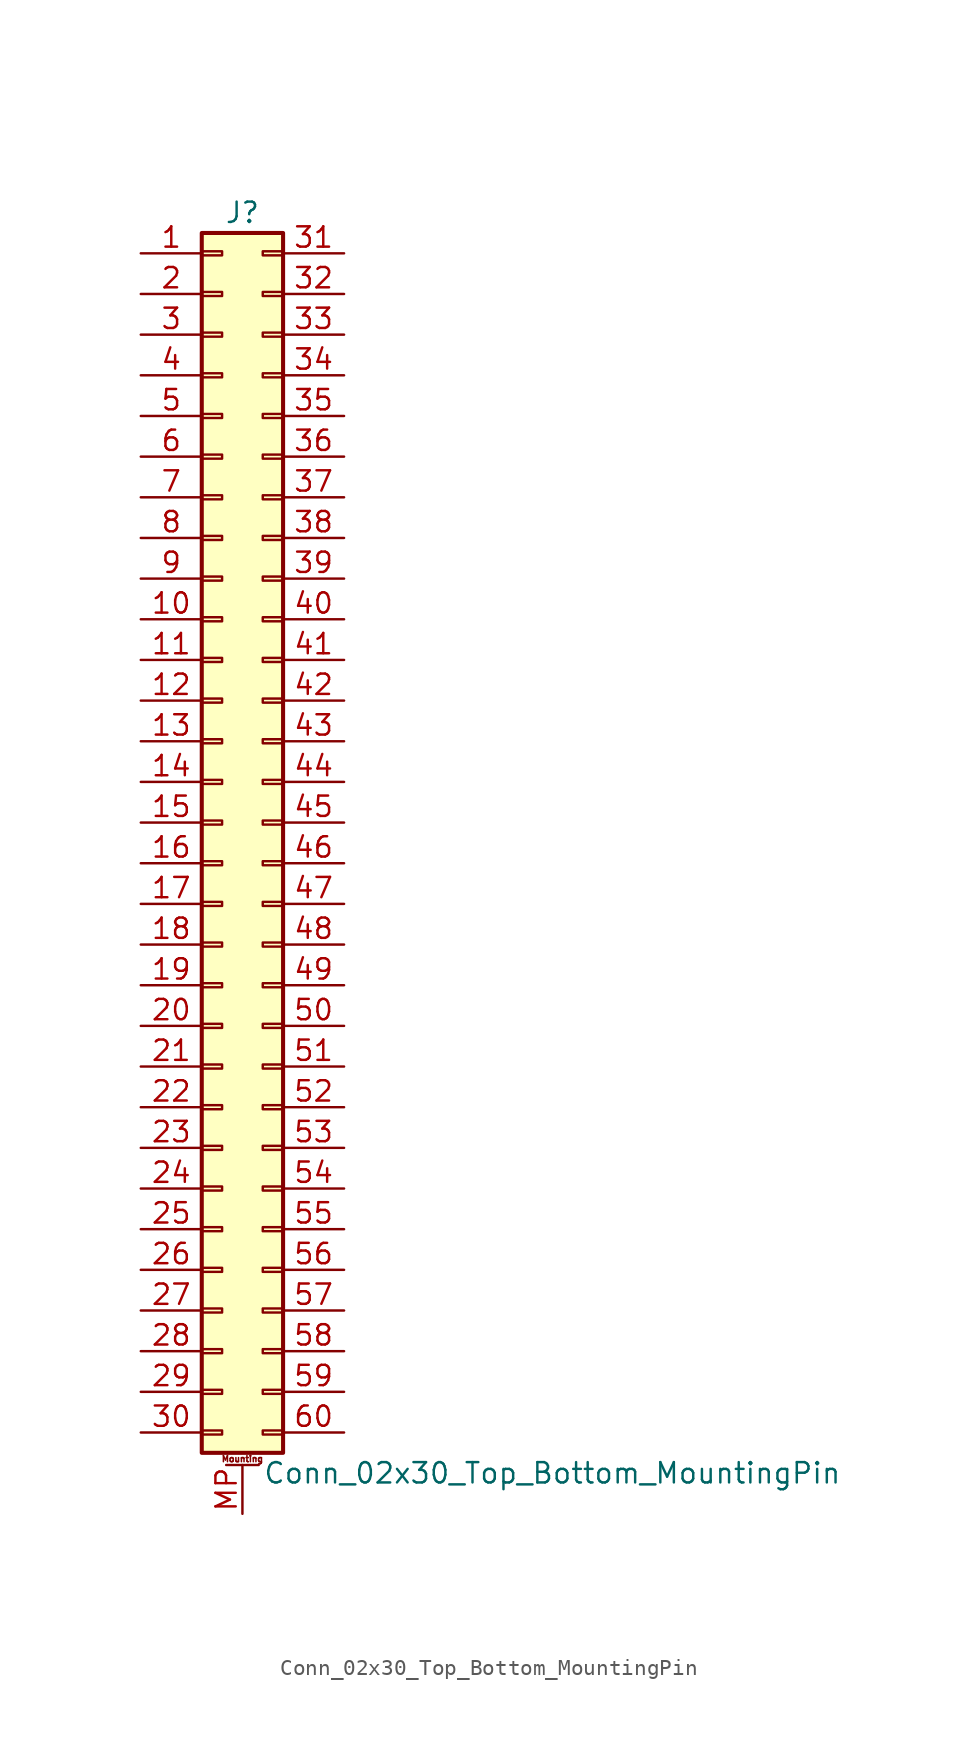
<source format=kicad_sym>
(kicad_symbol_lib
  (version 20220914)
  (generator kicad_symbol_editor)
  (symbol "Conn_02x30_Top_Bottom_MountingPin"
    (pin_names
      (offset 1.016) hide)
    (property "Reference" "J"
      (at 1.27 38.1 0)
      (effects (font (size 1.27 1.27))))
    (property "Value" "Conn_02x30_Top_Bottom_MountingPin"
      (at 2.54 -40.64 0)
      (effects (font (size 1.27 1.27)) (justify left)))
    (symbol "Conn_02x30_Top_Bottom_MountingPin_1_1"
      (rectangle (start -1.27 -37.973) (end 0 -38.227) (stroke (width 0.152) (type default)) (fill (type none)))
      (rectangle (start -1.27 -35.433) (end 0 -35.687) (stroke (width 0.152) (type default)) (fill (type none)))
      (rectangle (start -1.27 -32.893) (end 0 -33.147) (stroke (width 0.152) (type default)) (fill (type none)))
      (rectangle (start -1.27 -30.353) (end 0 -30.607) (stroke (width 0.152) (type default)) (fill (type none)))
      (rectangle (start -1.27 -27.813) (end 0 -28.067) (stroke (width 0.152) (type default)) (fill (type none)))
      (rectangle (start -1.27 -25.273) (end 0 -25.527) (stroke (width 0.152) (type default)) (fill (type none)))
      (rectangle (start -1.27 -22.733) (end 0 -22.987) (stroke (width 0.152) (type default)) (fill (type none)))
      (rectangle (start -1.27 -20.193) (end 0 -20.447) (stroke (width 0.152) (type default)) (fill (type none)))
      (rectangle (start -1.27 -17.653) (end 0 -17.907) (stroke (width 0.152) (type default)) (fill (type none)))
      (rectangle (start -1.27 -15.113) (end 0 -15.367) (stroke (width 0.152) (type default)) (fill (type none)))
      (rectangle (start -1.27 -12.573) (end 0 -12.827) (stroke (width 0.152) (type default)) (fill (type none)))
      (rectangle (start -1.27 -10.033) (end 0 -10.287) (stroke (width 0.152) (type default)) (fill (type none)))
      (rectangle (start -1.27 -7.493) (end 0 -7.747) (stroke (width 0.152) (type default)) (fill (type none)))
      (rectangle (start -1.27 -4.953) (end 0 -5.207) (stroke (width 0.152) (type default)) (fill (type none)))
      (rectangle (start -1.27 -2.413) (end 0 -2.667) (stroke (width 0.152) (type default)) (fill (type none)))
      (rectangle (start -1.27 0.127) (end 0 -0.127) (stroke (width 0.152) (type default)) (fill (type none)))
      (rectangle (start -1.27 2.667) (end 0 2.413) (stroke (width 0.152) (type default)) (fill (type none)))
      (rectangle (start -1.27 5.207) (end 0 4.953) (stroke (width 0.152) (type default)) (fill (type none)))
      (rectangle (start -1.27 7.747) (end 0 7.493) (stroke (width 0.152) (type default)) (fill (type none)))
      (rectangle (start -1.27 10.287) (end 0 10.033) (stroke (width 0.152) (type default)) (fill (type none)))
      (rectangle (start -1.27 12.827) (end 0 12.573) (stroke (width 0.152) (type default)) (fill (type none)))
      (rectangle (start -1.27 15.367) (end 0 15.113) (stroke (width 0.152) (type default)) (fill (type none)))
      (rectangle (start -1.27 17.907) (end 0 17.653) (stroke (width 0.152) (type default)) (fill (type none)))
      (rectangle (start -1.27 20.447) (end 0 20.193) (stroke (width 0.152) (type default)) (fill (type none)))
      (rectangle (start -1.27 22.987) (end 0 22.733) (stroke (width 0.152) (type default)) (fill (type none)))
      (rectangle (start -1.27 25.527) (end 0 25.273) (stroke (width 0.152) (type default)) (fill (type none)))
      (rectangle (start -1.27 28.067) (end 0 27.813) (stroke (width 0.152) (type default)) (fill (type none)))
      (rectangle (start -1.27 30.607) (end 0 30.353) (stroke (width 0.152) (type default)) (fill (type none)))
      (rectangle (start -1.27 33.147) (end 0 32.893) (stroke (width 0.152) (type default)) (fill (type none)))
      (rectangle (start -1.27 35.687) (end 0 35.433) (stroke (width 0.152) (type default)) (fill (type none)))
      (rectangle (start -1.27 36.83) (end 3.81 -39.37) (stroke (width 0.254) (type default)) (fill (type background)))
      (polyline (pts (xy 0.254 -40.132) (xy 2.286 -40.132)) (stroke (width 0.152) (type default)) (fill (type none)))
      (rectangle (start 3.81 -37.973) (end 2.54 -38.227) (stroke (width 0.152) (type default)) (fill (type none)))
      (rectangle (start 3.81 -35.433) (end 2.54 -35.687) (stroke (width 0.152) (type default)) (fill (type none)))
      (rectangle (start 3.81 -32.893) (end 2.54 -33.147) (stroke (width 0.152) (type default)) (fill (type none)))
      (rectangle (start 3.81 -30.353) (end 2.54 -30.607) (stroke (width 0.152) (type default)) (fill (type none)))
      (rectangle (start 3.81 -27.813) (end 2.54 -28.067) (stroke (width 0.152) (type default)) (fill (type none)))
      (rectangle (start 3.81 -25.273) (end 2.54 -25.527) (stroke (width 0.152) (type default)) (fill (type none)))
      (rectangle (start 3.81 -22.733) (end 2.54 -22.987) (stroke (width 0.152) (type default)) (fill (type none)))
      (rectangle (start 3.81 -20.193) (end 2.54 -20.447) (stroke (width 0.152) (type default)) (fill (type none)))
      (rectangle (start 3.81 -17.653) (end 2.54 -17.907) (stroke (width 0.152) (type default)) (fill (type none)))
      (rectangle (start 3.81 -15.113) (end 2.54 -15.367) (stroke (width 0.152) (type default)) (fill (type none)))
      (rectangle (start 3.81 -12.573) (end 2.54 -12.827) (stroke (width 0.152) (type default)) (fill (type none)))
      (rectangle (start 3.81 -10.033) (end 2.54 -10.287) (stroke (width 0.152) (type default)) (fill (type none)))
      (rectangle (start 3.81 -7.493) (end 2.54 -7.747) (stroke (width 0.152) (type default)) (fill (type none)))
      (rectangle (start 3.81 -4.953) (end 2.54 -5.207) (stroke (width 0.152) (type default)) (fill (type none)))
      (rectangle (start 3.81 -2.413) (end 2.54 -2.667) (stroke (width 0.152) (type default)) (fill (type none)))
      (rectangle (start 3.81 0.127) (end 2.54 -0.127) (stroke (width 0.152) (type default)) (fill (type none)))
      (rectangle (start 3.81 2.667) (end 2.54 2.413) (stroke (width 0.152) (type default)) (fill (type none)))
      (rectangle (start 3.81 5.207) (end 2.54 4.953) (stroke (width 0.152) (type default)) (fill (type none)))
      (rectangle (start 3.81 7.747) (end 2.54 7.493) (stroke (width 0.152) (type default)) (fill (type none)))
      (rectangle (start 3.81 10.287) (end 2.54 10.033) (stroke (width 0.152) (type default)) (fill (type none)))
      (rectangle (start 3.81 12.827) (end 2.54 12.573) (stroke (width 0.152) (type default)) (fill (type none)))
      (rectangle (start 3.81 15.367) (end 2.54 15.113) (stroke (width 0.152) (type default)) (fill (type none)))
      (rectangle (start 3.81 17.907) (end 2.54 17.653) (stroke (width 0.152) (type default)) (fill (type none)))
      (rectangle (start 3.81 20.447) (end 2.54 20.193) (stroke (width 0.152) (type default)) (fill (type none)))
      (rectangle (start 3.81 22.987) (end 2.54 22.733) (stroke (width 0.152) (type default)) (fill (type none)))
      (rectangle (start 3.81 25.527) (end 2.54 25.273) (stroke (width 0.152) (type default)) (fill (type none)))
      (rectangle (start 3.81 28.067) (end 2.54 27.813) (stroke (width 0.152) (type default)) (fill (type none)))
      (rectangle (start 3.81 30.607) (end 2.54 30.353) (stroke (width 0.152) (type default)) (fill (type none)))
      (rectangle (start 3.81 33.147) (end 2.54 32.893) (stroke (width 0.152) (type default)) (fill (type none)))
      (rectangle (start 3.81 35.687) (end 2.54 35.433) (stroke (width 0.152) (type default)) (fill (type none)))
      (text "Mounting" (at 1.27 -39.751 0) (effects (font (size 0.381 0.381))))
      (pin passive line (at -5.08 35.56 0) (length 3.81) (name "Pin_1" (effects (font (size 1.27 1.27)))) (number "1" (effects (font (size 1.27 1.27)))))
      (pin passive line (at -5.08 12.7 0) (length 3.81) (name "Pin_10" (effects (font (size 1.27 1.27)))) (number "10" (effects (font (size 1.27 1.27)))))
      (pin passive line (at -5.08 10.16 0) (length 3.81) (name "Pin_11" (effects (font (size 1.27 1.27)))) (number "11" (effects (font (size 1.27 1.27)))))
      (pin passive line (at -5.08 7.62 0) (length 3.81) (name "Pin_12" (effects (font (size 1.27 1.27)))) (number "12" (effects (font (size 1.27 1.27)))))
      (pin passive line (at -5.08 5.08 0) (length 3.81) (name "Pin_13" (effects (font (size 1.27 1.27)))) (number "13" (effects (font (size 1.27 1.27)))))
      (pin passive line (at -5.08 2.54 0) (length 3.81) (name "Pin_14" (effects (font (size 1.27 1.27)))) (number "14" (effects (font (size 1.27 1.27)))))
      (pin passive line (at -5.08 0 0) (length 3.81) (name "Pin_15" (effects (font (size 1.27 1.27)))) (number "15" (effects (font (size 1.27 1.27)))))
      (pin passive line (at -5.08 -2.54 0) (length 3.81) (name "Pin_16" (effects (font (size 1.27 1.27)))) (number "16" (effects (font (size 1.27 1.27)))))
      (pin passive line (at -5.08 -5.08 0) (length 3.81) (name "Pin_17" (effects (font (size 1.27 1.27)))) (number "17" (effects (font (size 1.27 1.27)))))
      (pin passive line (at -5.08 -7.62 0) (length 3.81) (name "Pin_18" (effects (font (size 1.27 1.27)))) (number "18" (effects (font (size 1.27 1.27)))))
      (pin passive line (at -5.08 -10.16 0) (length 3.81) (name "Pin_19" (effects (font (size 1.27 1.27)))) (number "19" (effects (font (size 1.27 1.27)))))
      (pin passive line (at -5.08 33.02 0) (length 3.81) (name "Pin_2" (effects (font (size 1.27 1.27)))) (number "2" (effects (font (size 1.27 1.27)))))
      (pin passive line (at -5.08 -12.7 0) (length 3.81) (name "Pin_20" (effects (font (size 1.27 1.27)))) (number "20" (effects (font (size 1.27 1.27)))))
      (pin passive line (at -5.08 -15.24 0) (length 3.81) (name "Pin_21" (effects (font (size 1.27 1.27)))) (number "21" (effects (font (size 1.27 1.27)))))
      (pin passive line (at -5.08 -17.78 0) (length 3.81) (name "Pin_22" (effects (font (size 1.27 1.27)))) (number "22" (effects (font (size 1.27 1.27)))))
      (pin passive line (at -5.08 -20.32 0) (length 3.81) (name "Pin_23" (effects (font (size 1.27 1.27)))) (number "23" (effects (font (size 1.27 1.27)))))
      (pin passive line (at -5.08 -22.86 0) (length 3.81) (name "Pin_24" (effects (font (size 1.27 1.27)))) (number "24" (effects (font (size 1.27 1.27)))))
      (pin passive line (at -5.08 -25.4 0) (length 3.81) (name "Pin_25" (effects (font (size 1.27 1.27)))) (number "25" (effects (font (size 1.27 1.27)))))
      (pin passive line (at -5.08 -27.94 0) (length 3.81) (name "Pin_26" (effects (font (size 1.27 1.27)))) (number "26" (effects (font (size 1.27 1.27)))))
      (pin passive line (at -5.08 -30.48 0) (length 3.81) (name "Pin_27" (effects (font (size 1.27 1.27)))) (number "27" (effects (font (size 1.27 1.27)))))
      (pin passive line (at -5.08 -33.02 0) (length 3.81) (name "Pin_28" (effects (font (size 1.27 1.27)))) (number "28" (effects (font (size 1.27 1.27)))))
      (pin passive line (at -5.08 -35.56 0) (length 3.81) (name "Pin_29" (effects (font (size 1.27 1.27)))) (number "29" (effects (font (size 1.27 1.27)))))
      (pin passive line (at -5.08 30.48 0) (length 3.81) (name "Pin_3" (effects (font (size 1.27 1.27)))) (number "3" (effects (font (size 1.27 1.27)))))
      (pin passive line (at -5.08 -38.1 0) (length 3.81) (name "Pin_30" (effects (font (size 1.27 1.27)))) (number "30" (effects (font (size 1.27 1.27)))))
      (pin passive line (at 7.62 35.56 180) (length 3.81) (name "Pin_31" (effects (font (size 1.27 1.27)))) (number "31" (effects (font (size 1.27 1.27)))))
      (pin passive line (at 7.62 33.02 180) (length 3.81) (name "Pin_32" (effects (font (size 1.27 1.27)))) (number "32" (effects (font (size 1.27 1.27)))))
      (pin passive line (at 7.62 30.48 180) (length 3.81) (name "Pin_33" (effects (font (size 1.27 1.27)))) (number "33" (effects (font (size 1.27 1.27)))))
      (pin passive line (at 7.62 27.94 180) (length 3.81) (name "Pin_34" (effects (font (size 1.27 1.27)))) (number "34" (effects (font (size 1.27 1.27)))))
      (pin passive line (at 7.62 25.4 180) (length 3.81) (name "Pin_35" (effects (font (size 1.27 1.27)))) (number "35" (effects (font (size 1.27 1.27)))))
      (pin passive line (at 7.62 22.86 180) (length 3.81) (name "Pin_36" (effects (font (size 1.27 1.27)))) (number "36" (effects (font (size 1.27 1.27)))))
      (pin passive line (at 7.62 20.32 180) (length 3.81) (name "Pin_37" (effects (font (size 1.27 1.27)))) (number "37" (effects (font (size 1.27 1.27)))))
      (pin passive line (at 7.62 17.78 180) (length 3.81) (name "Pin_38" (effects (font (size 1.27 1.27)))) (number "38" (effects (font (size 1.27 1.27)))))
      (pin passive line (at 7.62 15.24 180) (length 3.81) (name "Pin_39" (effects (font (size 1.27 1.27)))) (number "39" (effects (font (size 1.27 1.27)))))
      (pin passive line (at -5.08 27.94 0) (length 3.81) (name "Pin_4" (effects (font (size 1.27 1.27)))) (number "4" (effects (font (size 1.27 1.27)))))
      (pin passive line (at 7.62 12.7 180) (length 3.81) (name "Pin_40" (effects (font (size 1.27 1.27)))) (number "40" (effects (font (size 1.27 1.27)))))
      (pin passive line (at 7.62 10.16 180) (length 3.81) (name "Pin_41" (effects (font (size 1.27 1.27)))) (number "41" (effects (font (size 1.27 1.27)))))
      (pin passive line (at 7.62 7.62 180) (length 3.81) (name "Pin_42" (effects (font (size 1.27 1.27)))) (number "42" (effects (font (size 1.27 1.27)))))
      (pin passive line (at 7.62 5.08 180) (length 3.81) (name "Pin_43" (effects (font (size 1.27 1.27)))) (number "43" (effects (font (size 1.27 1.27)))))
      (pin passive line (at 7.62 2.54 180) (length 3.81) (name "Pin_44" (effects (font (size 1.27 1.27)))) (number "44" (effects (font (size 1.27 1.27)))))
      (pin passive line (at 7.62 0 180) (length 3.81) (name "Pin_45" (effects (font (size 1.27 1.27)))) (number "45" (effects (font (size 1.27 1.27)))))
      (pin passive line (at 7.62 -2.54 180) (length 3.81) (name "Pin_46" (effects (font (size 1.27 1.27)))) (number "46" (effects (font (size 1.27 1.27)))))
      (pin passive line (at 7.62 -5.08 180) (length 3.81) (name "Pin_47" (effects (font (size 1.27 1.27)))) (number "47" (effects (font (size 1.27 1.27)))))
      (pin passive line (at 7.62 -7.62 180) (length 3.81) (name "Pin_48" (effects (font (size 1.27 1.27)))) (number "48" (effects (font (size 1.27 1.27)))))
      (pin passive line (at 7.62 -10.16 180) (length 3.81) (name "Pin_49" (effects (font (size 1.27 1.27)))) (number "49" (effects (font (size 1.27 1.27)))))
      (pin passive line (at -5.08 25.4 0) (length 3.81) (name "Pin_5" (effects (font (size 1.27 1.27)))) (number "5" (effects (font (size 1.27 1.27)))))
      (pin passive line (at 7.62 -12.7 180) (length 3.81) (name "Pin_50" (effects (font (size 1.27 1.27)))) (number "50" (effects (font (size 1.27 1.27)))))
      (pin passive line (at 7.62 -15.24 180) (length 3.81) (name "Pin_51" (effects (font (size 1.27 1.27)))) (number "51" (effects (font (size 1.27 1.27)))))
      (pin passive line (at 7.62 -17.78 180) (length 3.81) (name "Pin_52" (effects (font (size 1.27 1.27)))) (number "52" (effects (font (size 1.27 1.27)))))
      (pin passive line (at 7.62 -20.32 180) (length 3.81) (name "Pin_53" (effects (font (size 1.27 1.27)))) (number "53" (effects (font (size 1.27 1.27)))))
      (pin passive line (at 7.62 -22.86 180) (length 3.81) (name "Pin_54" (effects (font (size 1.27 1.27)))) (number "54" (effects (font (size 1.27 1.27)))))
      (pin passive line (at 7.62 -25.4 180) (length 3.81) (name "Pin_55" (effects (font (size 1.27 1.27)))) (number "55" (effects (font (size 1.27 1.27)))))
      (pin passive line (at 7.62 -27.94 180) (length 3.81) (name "Pin_56" (effects (font (size 1.27 1.27)))) (number "56" (effects (font (size 1.27 1.27)))))
      (pin passive line (at 7.62 -30.48 180) (length 3.81) (name "Pin_57" (effects (font (size 1.27 1.27)))) (number "57" (effects (font (size 1.27 1.27)))))
      (pin passive line (at 7.62 -33.02 180) (length 3.81) (name "Pin_58" (effects (font (size 1.27 1.27)))) (number "58" (effects (font (size 1.27 1.27)))))
      (pin passive line (at 7.62 -35.56 180) (length 3.81) (name "Pin_59" (effects (font (size 1.27 1.27)))) (number "59" (effects (font (size 1.27 1.27)))))
      (pin passive line (at -5.08 22.86 0) (length 3.81) (name "Pin_6" (effects (font (size 1.27 1.27)))) (number "6" (effects (font (size 1.27 1.27)))))
      (pin passive line (at 7.62 -38.1 180) (length 3.81) (name "Pin_60" (effects (font (size 1.27 1.27)))) (number "60" (effects (font (size 1.27 1.27)))))
      (pin passive line (at -5.08 20.32 0) (length 3.81) (name "Pin_7" (effects (font (size 1.27 1.27)))) (number "7" (effects (font (size 1.27 1.27)))))
      (pin passive line (at -5.08 17.78 0) (length 3.81) (name "Pin_8" (effects (font (size 1.27 1.27)))) (number "8" (effects (font (size 1.27 1.27)))))
      (pin passive line (at -5.08 15.24 0) (length 3.81) (name "Pin_9" (effects (font (size 1.27 1.27)))) (number "9" (effects (font (size 1.27 1.27)))))
      (pin passive line (at 1.27 -43.18 90) (length 3.048) (name "MountPin" (effects (font (size 1.27 1.27)))) (number "MP" (effects (font (size 1.27 1.27))))))))
</source>
